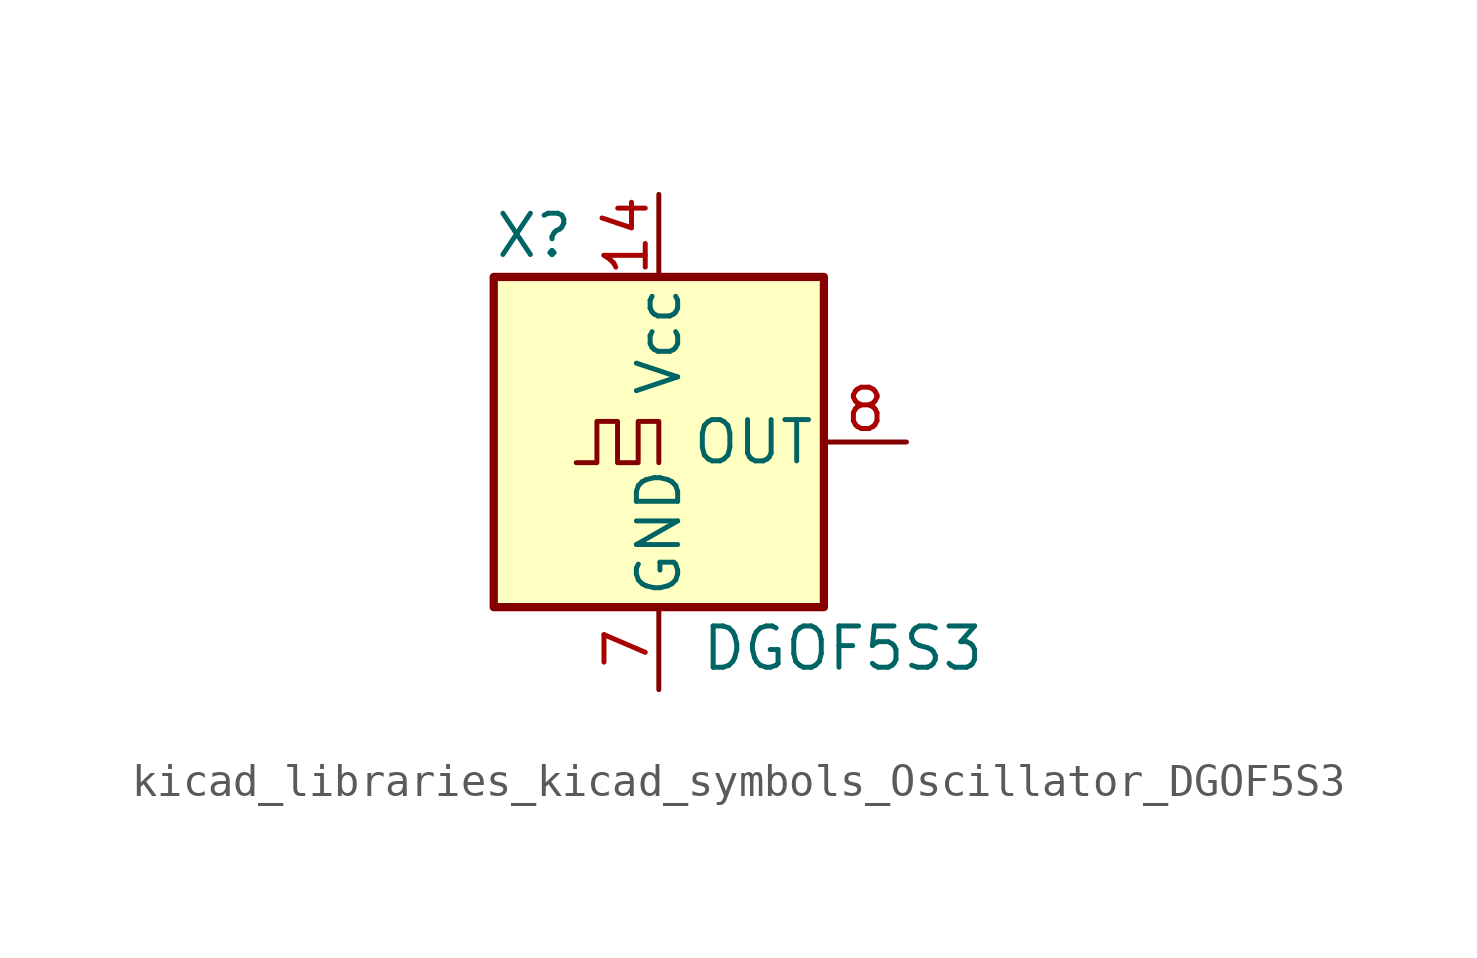
<source format=kicad_sym>
(kicad_symbol_lib
  (version 20220914)
  (generator kicad_symbol_editor)
  (symbol "kicad_libraries_kicad_symbols_Oscillator_DGOF5S3"
    (pin_names
      (offset 0.254))
    (property "Reference" "X"
      (at -5.08 6.35 0)
      (effects (font (size 1.27 1.27)) (justify left)))
    (property "Value" "DGOF5S3"
      (at 1.27 -6.35 0)
      (effects (font (size 1.27 1.27)) (justify left)))
    (symbol "kicad_libraries_kicad_symbols_Oscillator_DGOF5S3_0_1"
      (rectangle (start -5.08 5.08) (end 5.08 -5.08) (stroke (width 0.254) (type default)) (fill (type background)))
      (polyline (pts (xy -2.54 -0.635) (xy -1.905 -0.635) (xy -1.905 0.635) (xy -1.27 0.635) (xy -1.27 -0.635) (xy -0.635 -0.635) (xy -0.635 0.635) (xy 0 0.635) (xy 0 -0.635)) (stroke (width 0) (type default)) (fill (type none))))
    (symbol "kicad_libraries_kicad_symbols_Oscillator_DGOF5S3_1_1"
      (pin no_connect line (at -5.08 2.54 0) (length 2.54) hide (name "NC" (effects (font (size 1.27 1.27)))) (number "1" (effects (font (size 1.27 1.27)))))
      (pin power_in line (at 0 7.62 270) (length 2.54) (name "Vcc" (effects (font (size 1.27 1.27)))) (number "14" (effects (font (size 1.27 1.27)))))
      (pin power_in line (at 0 -7.62 90) (length 2.54) (name "GND" (effects (font (size 1.27 1.27)))) (number "7" (effects (font (size 1.27 1.27)))))
      (pin output line (at 7.62 0 180) (length 2.54) (name "OUT" (effects (font (size 1.27 1.27)))) (number "8" (effects (font (size 1.27 1.27))))))))
</source>
